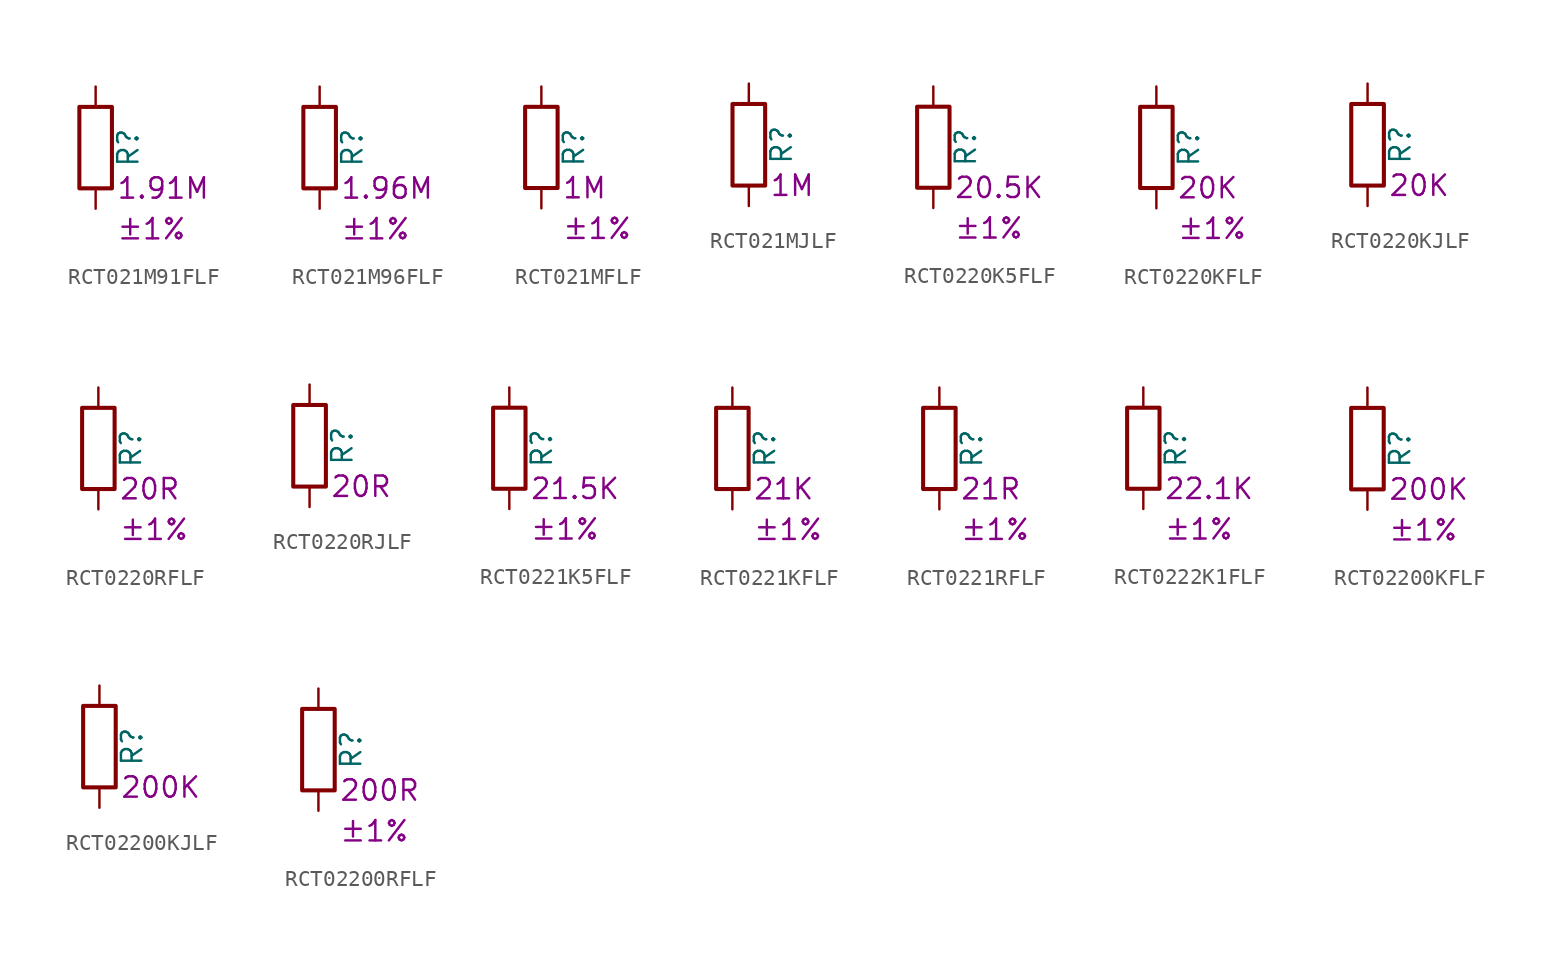
<source format=kicad_sym>
(kicad_symbol_lib
  (version 20220914)
  (generator kicad_symbol_editor)
  (symbol "RCT021M91FLF"
    (pin_numbers hide)
    (pin_names
      (offset 0))
    (property "Reference" "R"
      (at 2.032 0 90)
      (effects (font (size 1.27 1.27))))
    (property "Resistance" "1.91M"
      (at 1.27 -2.54 0)
      (effects (font (size 1.27 1.27)) (justify left)))
    (property "Tolerance" "±1%"
      (at 1.27 -5.08 0)
      (effects (font (size 1.27 1.27)) (justify left)))
    (symbol "RCT021M91FLF_0_1"
      (rectangle (start -1.016 -2.54) (end 1.016 2.54) (stroke (width 0.254) (type default)) (fill (type none))))
    (symbol "RCT021M91FLF_1_1"
      (pin passive line (at 0 3.81 270) (length 1.27) (name "~" (effects (font (size 1.27 1.27)))) (number "1" (effects (font (size 1.27 1.27)))))
      (pin passive line (at 0 -3.81 90) (length 1.27) (name "~" (effects (font (size 1.27 1.27)))) (number "2" (effects (font (size 1.27 1.27)))))))
  (symbol "RCT021M96FLF"
    (pin_numbers hide)
    (pin_names
      (offset 0))
    (property "Reference" "R"
      (at 2.032 0 90)
      (effects (font (size 1.27 1.27))))
    (property "Resistance" "1.96M"
      (at 1.27 -2.54 0)
      (effects (font (size 1.27 1.27)) (justify left)))
    (property "Tolerance" "±1%"
      (at 1.27 -5.08 0)
      (effects (font (size 1.27 1.27)) (justify left)))
    (symbol "RCT021M96FLF_0_1"
      (rectangle (start -1.016 -2.54) (end 1.016 2.54) (stroke (width 0.254) (type default)) (fill (type none))))
    (symbol "RCT021M96FLF_1_1"
      (pin passive line (at 0 3.81 270) (length 1.27) (name "~" (effects (font (size 1.27 1.27)))) (number "1" (effects (font (size 1.27 1.27)))))
      (pin passive line (at 0 -3.81 90) (length 1.27) (name "~" (effects (font (size 1.27 1.27)))) (number "2" (effects (font (size 1.27 1.27)))))))
  (symbol "RCT021MFLF"
    (pin_numbers hide)
    (pin_names
      (offset 0))
    (property "Reference" "R"
      (at 2.032 0 90)
      (effects (font (size 1.27 1.27))))
    (property "Resistance" "1M"
      (at 1.27 -2.54 0)
      (effects (font (size 1.27 1.27)) (justify left)))
    (property "Tolerance" "±1%"
      (at 1.27 -5.08 0)
      (effects (font (size 1.27 1.27)) (justify left)))
    (symbol "RCT021MFLF_0_1"
      (rectangle (start -1.016 -2.54) (end 1.016 2.54) (stroke (width 0.254) (type default)) (fill (type none))))
    (symbol "RCT021MFLF_1_1"
      (pin passive line (at 0 3.81 270) (length 1.27) (name "~" (effects (font (size 1.27 1.27)))) (number "1" (effects (font (size 1.27 1.27)))))
      (pin passive line (at 0 -3.81 90) (length 1.27) (name "~" (effects (font (size 1.27 1.27)))) (number "2" (effects (font (size 1.27 1.27)))))))
  (symbol "RCT021MJLF"
    (pin_numbers hide)
    (pin_names
      (offset 0))
    (property "Reference" "R"
      (at 2.032 0 90)
      (effects (font (size 1.27 1.27))))
    (property "Resistance" "1M"
      (at 1.27 -2.54 0)
      (effects (font (size 1.27 1.27)) (justify left)))
    (symbol "RCT021MJLF_0_1"
      (rectangle (start -1.016 -2.54) (end 1.016 2.54) (stroke (width 0.254) (type default)) (fill (type none))))
    (symbol "RCT021MJLF_1_1"
      (pin passive line (at 0 3.81 270) (length 1.27) (name "~" (effects (font (size 1.27 1.27)))) (number "1" (effects (font (size 1.27 1.27)))))
      (pin passive line (at 0 -3.81 90) (length 1.27) (name "~" (effects (font (size 1.27 1.27)))) (number "2" (effects (font (size 1.27 1.27)))))))
  (symbol "RCT0220K5FLF"
    (pin_numbers hide)
    (pin_names
      (offset 0))
    (property "Reference" "R"
      (at 2.032 0 90)
      (effects (font (size 1.27 1.27))))
    (property "Resistance" "20.5K"
      (at 1.27 -2.54 0)
      (effects (font (size 1.27 1.27)) (justify left)))
    (property "Tolerance" "±1%"
      (at 1.27 -5.08 0)
      (effects (font (size 1.27 1.27)) (justify left)))
    (symbol "RCT0220K5FLF_0_1"
      (rectangle (start -1.016 -2.54) (end 1.016 2.54) (stroke (width 0.254) (type default)) (fill (type none))))
    (symbol "RCT0220K5FLF_1_1"
      (pin passive line (at 0 3.81 270) (length 1.27) (name "~" (effects (font (size 1.27 1.27)))) (number "1" (effects (font (size 1.27 1.27)))))
      (pin passive line (at 0 -3.81 90) (length 1.27) (name "~" (effects (font (size 1.27 1.27)))) (number "2" (effects (font (size 1.27 1.27)))))))
  (symbol "RCT0220KFLF"
    (pin_numbers hide)
    (pin_names
      (offset 0))
    (property "Reference" "R"
      (at 2.032 0 90)
      (effects (font (size 1.27 1.27))))
    (property "Resistance" "20K"
      (at 1.27 -2.54 0)
      (effects (font (size 1.27 1.27)) (justify left)))
    (property "Tolerance" "±1%"
      (at 1.27 -5.08 0)
      (effects (font (size 1.27 1.27)) (justify left)))
    (symbol "RCT0220KFLF_0_1"
      (rectangle (start -1.016 -2.54) (end 1.016 2.54) (stroke (width 0.254) (type default)) (fill (type none))))
    (symbol "RCT0220KFLF_1_1"
      (pin passive line (at 0 3.81 270) (length 1.27) (name "~" (effects (font (size 1.27 1.27)))) (number "1" (effects (font (size 1.27 1.27)))))
      (pin passive line (at 0 -3.81 90) (length 1.27) (name "~" (effects (font (size 1.27 1.27)))) (number "2" (effects (font (size 1.27 1.27)))))))
  (symbol "RCT0220KJLF"
    (pin_numbers hide)
    (pin_names
      (offset 0))
    (property "Reference" "R"
      (at 2.032 0 90)
      (effects (font (size 1.27 1.27))))
    (property "Resistance" "20K"
      (at 1.27 -2.54 0)
      (effects (font (size 1.27 1.27)) (justify left)))
    (symbol "RCT0220KJLF_0_1"
      (rectangle (start -1.016 -2.54) (end 1.016 2.54) (stroke (width 0.254) (type default)) (fill (type none))))
    (symbol "RCT0220KJLF_1_1"
      (pin passive line (at 0 3.81 270) (length 1.27) (name "~" (effects (font (size 1.27 1.27)))) (number "1" (effects (font (size 1.27 1.27)))))
      (pin passive line (at 0 -3.81 90) (length 1.27) (name "~" (effects (font (size 1.27 1.27)))) (number "2" (effects (font (size 1.27 1.27)))))))
  (symbol "RCT0220RFLF"
    (pin_numbers hide)
    (pin_names
      (offset 0))
    (property "Reference" "R"
      (at 2.032 0 90)
      (effects (font (size 1.27 1.27))))
    (property "Resistance" "20R"
      (at 1.27 -2.54 0)
      (effects (font (size 1.27 1.27)) (justify left)))
    (property "Tolerance" "±1%"
      (at 1.27 -5.08 0)
      (effects (font (size 1.27 1.27)) (justify left)))
    (symbol "RCT0220RFLF_0_1"
      (rectangle (start -1.016 -2.54) (end 1.016 2.54) (stroke (width 0.254) (type default)) (fill (type none))))
    (symbol "RCT0220RFLF_1_1"
      (pin passive line (at 0 3.81 270) (length 1.27) (name "~" (effects (font (size 1.27 1.27)))) (number "1" (effects (font (size 1.27 1.27)))))
      (pin passive line (at 0 -3.81 90) (length 1.27) (name "~" (effects (font (size 1.27 1.27)))) (number "2" (effects (font (size 1.27 1.27)))))))
  (symbol "RCT0220RJLF"
    (pin_numbers hide)
    (pin_names
      (offset 0))
    (property "Reference" "R"
      (at 2.032 0 90)
      (effects (font (size 1.27 1.27))))
    (property "Resistance" "20R"
      (at 1.27 -2.54 0)
      (effects (font (size 1.27 1.27)) (justify left)))
    (symbol "RCT0220RJLF_0_1"
      (rectangle (start -1.016 -2.54) (end 1.016 2.54) (stroke (width 0.254) (type default)) (fill (type none))))
    (symbol "RCT0220RJLF_1_1"
      (pin passive line (at 0 3.81 270) (length 1.27) (name "~" (effects (font (size 1.27 1.27)))) (number "1" (effects (font (size 1.27 1.27)))))
      (pin passive line (at 0 -3.81 90) (length 1.27) (name "~" (effects (font (size 1.27 1.27)))) (number "2" (effects (font (size 1.27 1.27)))))))
  (symbol "RCT0221K5FLF"
    (pin_numbers hide)
    (pin_names
      (offset 0))
    (property "Reference" "R"
      (at 2.032 0 90)
      (effects (font (size 1.27 1.27))))
    (property "Resistance" "21.5K"
      (at 1.27 -2.54 0)
      (effects (font (size 1.27 1.27)) (justify left)))
    (property "Tolerance" "±1%"
      (at 1.27 -5.08 0)
      (effects (font (size 1.27 1.27)) (justify left)))
    (symbol "RCT0221K5FLF_0_1"
      (rectangle (start -1.016 -2.54) (end 1.016 2.54) (stroke (width 0.254) (type default)) (fill (type none))))
    (symbol "RCT0221K5FLF_1_1"
      (pin passive line (at 0 3.81 270) (length 1.27) (name "~" (effects (font (size 1.27 1.27)))) (number "1" (effects (font (size 1.27 1.27)))))
      (pin passive line (at 0 -3.81 90) (length 1.27) (name "~" (effects (font (size 1.27 1.27)))) (number "2" (effects (font (size 1.27 1.27)))))))
  (symbol "RCT0221KFLF"
    (pin_numbers hide)
    (pin_names
      (offset 0))
    (property "Reference" "R"
      (at 2.032 0 90)
      (effects (font (size 1.27 1.27))))
    (property "Resistance" "21K"
      (at 1.27 -2.54 0)
      (effects (font (size 1.27 1.27)) (justify left)))
    (property "Tolerance" "±1%"
      (at 1.27 -5.08 0)
      (effects (font (size 1.27 1.27)) (justify left)))
    (symbol "RCT0221KFLF_0_1"
      (rectangle (start -1.016 -2.54) (end 1.016 2.54) (stroke (width 0.254) (type default)) (fill (type none))))
    (symbol "RCT0221KFLF_1_1"
      (pin passive line (at 0 3.81 270) (length 1.27) (name "~" (effects (font (size 1.27 1.27)))) (number "1" (effects (font (size 1.27 1.27)))))
      (pin passive line (at 0 -3.81 90) (length 1.27) (name "~" (effects (font (size 1.27 1.27)))) (number "2" (effects (font (size 1.27 1.27)))))))
  (symbol "RCT0221RFLF"
    (pin_numbers hide)
    (pin_names
      (offset 0))
    (property "Reference" "R"
      (at 2.032 0 90)
      (effects (font (size 1.27 1.27))))
    (property "Resistance" "21R"
      (at 1.27 -2.54 0)
      (effects (font (size 1.27 1.27)) (justify left)))
    (property "Tolerance" "±1%"
      (at 1.27 -5.08 0)
      (effects (font (size 1.27 1.27)) (justify left)))
    (symbol "RCT0221RFLF_0_1"
      (rectangle (start -1.016 -2.54) (end 1.016 2.54) (stroke (width 0.254) (type default)) (fill (type none))))
    (symbol "RCT0221RFLF_1_1"
      (pin passive line (at 0 3.81 270) (length 1.27) (name "~" (effects (font (size 1.27 1.27)))) (number "1" (effects (font (size 1.27 1.27)))))
      (pin passive line (at 0 -3.81 90) (length 1.27) (name "~" (effects (font (size 1.27 1.27)))) (number "2" (effects (font (size 1.27 1.27)))))))
  (symbol "RCT0222K1FLF"
    (pin_numbers hide)
    (pin_names
      (offset 0))
    (property "Reference" "R"
      (at 2.032 0 90)
      (effects (font (size 1.27 1.27))))
    (property "Resistance" "22.1K"
      (at 1.27 -2.54 0)
      (effects (font (size 1.27 1.27)) (justify left)))
    (property "Tolerance" "±1%"
      (at 1.27 -5.08 0)
      (effects (font (size 1.27 1.27)) (justify left)))
    (symbol "RCT0222K1FLF_0_1"
      (rectangle (start -1.016 -2.54) (end 1.016 2.54) (stroke (width 0.254) (type default)) (fill (type none))))
    (symbol "RCT0222K1FLF_1_1"
      (pin passive line (at 0 3.81 270) (length 1.27) (name "~" (effects (font (size 1.27 1.27)))) (number "1" (effects (font (size 1.27 1.27)))))
      (pin passive line (at 0 -3.81 90) (length 1.27) (name "~" (effects (font (size 1.27 1.27)))) (number "2" (effects (font (size 1.27 1.27)))))))
  (symbol "RCT02200KFLF"
    (pin_numbers hide)
    (pin_names
      (offset 0))
    (property "Reference" "R"
      (at 2.032 0 90)
      (effects (font (size 1.27 1.27))))
    (property "Resistance" "200K"
      (at 1.27 -2.54 0)
      (effects (font (size 1.27 1.27)) (justify left)))
    (property "Tolerance" "±1%"
      (at 1.27 -5.08 0)
      (effects (font (size 1.27 1.27)) (justify left)))
    (symbol "RCT02200KFLF_0_1"
      (rectangle (start -1.016 -2.54) (end 1.016 2.54) (stroke (width 0.254) (type default)) (fill (type none))))
    (symbol "RCT02200KFLF_1_1"
      (pin passive line (at 0 3.81 270) (length 1.27) (name "~" (effects (font (size 1.27 1.27)))) (number "1" (effects (font (size 1.27 1.27)))))
      (pin passive line (at 0 -3.81 90) (length 1.27) (name "~" (effects (font (size 1.27 1.27)))) (number "2" (effects (font (size 1.27 1.27)))))))
  (symbol "RCT02200KJLF"
    (pin_numbers hide)
    (pin_names
      (offset 0))
    (property "Reference" "R"
      (at 2.032 0 90)
      (effects (font (size 1.27 1.27))))
    (property "Resistance" "200K"
      (at 1.27 -2.54 0)
      (effects (font (size 1.27 1.27)) (justify left)))
    (symbol "RCT02200KJLF_0_1"
      (rectangle (start -1.016 -2.54) (end 1.016 2.54) (stroke (width 0.254) (type default)) (fill (type none))))
    (symbol "RCT02200KJLF_1_1"
      (pin passive line (at 0 3.81 270) (length 1.27) (name "~" (effects (font (size 1.27 1.27)))) (number "1" (effects (font (size 1.27 1.27)))))
      (pin passive line (at 0 -3.81 90) (length 1.27) (name "~" (effects (font (size 1.27 1.27)))) (number "2" (effects (font (size 1.27 1.27)))))))
  (symbol "RCT02200RFLF"
    (pin_numbers hide)
    (pin_names
      (offset 0))
    (property "Reference" "R"
      (at 2.032 0 90)
      (effects (font (size 1.27 1.27))))
    (property "Resistance" "200R"
      (at 1.27 -2.54 0)
      (effects (font (size 1.27 1.27)) (justify left)))
    (property "Tolerance" "±1%"
      (at 1.27 -5.08 0)
      (effects (font (size 1.27 1.27)) (justify left)))
    (symbol "RCT02200RFLF_0_1"
      (rectangle (start -1.016 -2.54) (end 1.016 2.54) (stroke (width 0.254) (type default)) (fill (type none))))
    (symbol "RCT02200RFLF_1_1"
      (pin passive line (at 0 3.81 270) (length 1.27) (name "~" (effects (font (size 1.27 1.27)))) (number "1" (effects (font (size 1.27 1.27)))))
      (pin passive line (at 0 -3.81 90) (length 1.27) (name "~" (effects (font (size 1.27 1.27)))) (number "2" (effects (font (size 1.27 1.27))))))))
</source>
